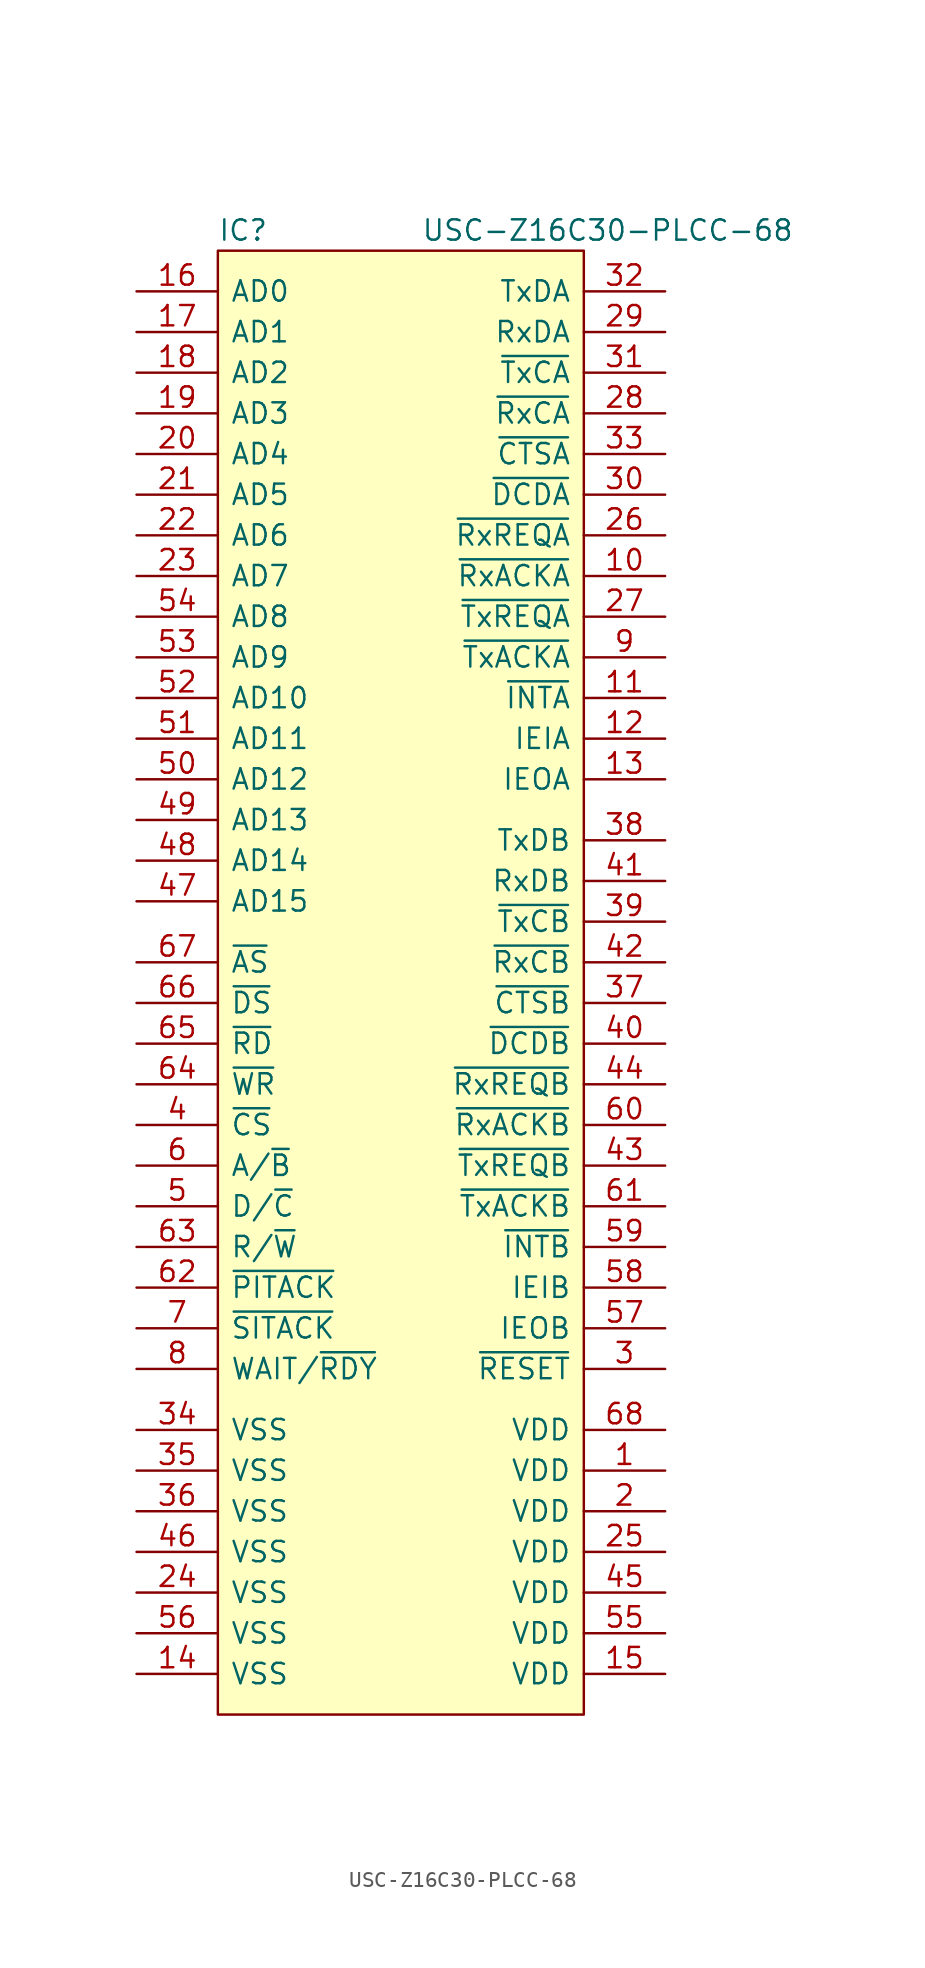
<source format=kicad_sym>
(kicad_symbol_lib
  (version 20211014)
  (generator kicad_symbol_editor)
  (symbol "USC-Z16C30-PLCC-68"
    (pin_names
      (offset 0.762))
    (property "Reference" "IC"
      (at 0 1.27 0)
      (effects (font (size 1.27 1.27)) (justify left)))
    (property "Value" "USC-Z16C30-PLCC-68"
      (at 12.7 1.27 0)
      (effects (font (size 1.27 1.27)) (justify left)))
    (symbol "USC-Z16C30-PLCC-68_0_0"
      (pin power_in line (at 27.94 -76.2 180) (length 5.08) (name "VDD" (effects (font (size 1.27 1.27)))) (number "1" (effects (font (size 1.27 1.27)))))
      (pin bidirectional line (at 27.94 -20.32 180) (length 5.08) (name "~{RxACKA}" (effects (font (size 1.27 1.27)))) (number "10" (effects (font (size 1.27 1.27)))))
      (pin output line (at 27.94 -27.94 180) (length 5.08) (name "~{INTA}" (effects (font (size 1.27 1.27)))) (number "11" (effects (font (size 1.27 1.27)))))
      (pin input line (at 27.94 -30.48 180) (length 5.08) (name "IEIA" (effects (font (size 1.27 1.27)))) (number "12" (effects (font (size 1.27 1.27)))))
      (pin output line (at 27.94 -33.02 180) (length 5.08) (name "IEOA" (effects (font (size 1.27 1.27)))) (number "13" (effects (font (size 1.27 1.27)))))
      (pin power_in line (at -5.08 -88.9 0) (length 5.08) (name "VSS" (effects (font (size 1.27 1.27)))) (number "14" (effects (font (size 1.27 1.27)))))
      (pin power_in line (at 27.94 -88.9 180) (length 5.08) (name "VDD" (effects (font (size 1.27 1.27)))) (number "15" (effects (font (size 1.27 1.27)))))
      (pin bidirectional line (at -5.08 -2.54 0) (length 5.08) (name "AD0" (effects (font (size 1.27 1.27)))) (number "16" (effects (font (size 1.27 1.27)))))
      (pin bidirectional line (at -5.08 -5.08 0) (length 5.08) (name "AD1" (effects (font (size 1.27 1.27)))) (number "17" (effects (font (size 1.27 1.27)))))
      (pin bidirectional line (at -5.08 -7.62 0) (length 5.08) (name "AD2" (effects (font (size 1.27 1.27)))) (number "18" (effects (font (size 1.27 1.27)))))
      (pin bidirectional line (at -5.08 -10.16 0) (length 5.08) (name "AD3" (effects (font (size 1.27 1.27)))) (number "19" (effects (font (size 1.27 1.27)))))
      (pin power_in line (at 27.94 -78.74 180) (length 5.08) (name "VDD" (effects (font (size 1.27 1.27)))) (number "2" (effects (font (size 1.27 1.27)))))
      (pin bidirectional line (at -5.08 -12.7 0) (length 5.08) (name "AD4" (effects (font (size 1.27 1.27)))) (number "20" (effects (font (size 1.27 1.27)))))
      (pin bidirectional line (at -5.08 -15.24 0) (length 5.08) (name "AD5" (effects (font (size 1.27 1.27)))) (number "21" (effects (font (size 1.27 1.27)))))
      (pin bidirectional line (at -5.08 -17.78 0) (length 5.08) (name "AD6" (effects (font (size 1.27 1.27)))) (number "22" (effects (font (size 1.27 1.27)))))
      (pin bidirectional line (at -5.08 -20.32 0) (length 5.08) (name "AD7" (effects (font (size 1.27 1.27)))) (number "23" (effects (font (size 1.27 1.27)))))
      (pin power_in line (at -5.08 -83.82 0) (length 5.08) (name "VSS" (effects (font (size 1.27 1.27)))) (number "24" (effects (font (size 1.27 1.27)))))
      (pin power_in line (at 27.94 -81.28 180) (length 5.08) (name "VDD" (effects (font (size 1.27 1.27)))) (number "25" (effects (font (size 1.27 1.27)))))
      (pin bidirectional line (at 27.94 -17.78 180) (length 5.08) (name "~{RxREQA}" (effects (font (size 1.27 1.27)))) (number "26" (effects (font (size 1.27 1.27)))))
      (pin bidirectional line (at 27.94 -22.86 180) (length 5.08) (name "~{TxREQA}" (effects (font (size 1.27 1.27)))) (number "27" (effects (font (size 1.27 1.27)))))
      (pin bidirectional line (at 27.94 -10.16 180) (length 5.08) (name "~{RxCA}" (effects (font (size 1.27 1.27)))) (number "28" (effects (font (size 1.27 1.27)))))
      (pin input line (at 27.94 -5.08 180) (length 5.08) (name "RxDA" (effects (font (size 1.27 1.27)))) (number "29" (effects (font (size 1.27 1.27)))))
      (pin input line (at 27.94 -69.85 180) (length 5.08) (name "~{RESET}" (effects (font (size 1.27 1.27)))) (number "3" (effects (font (size 1.27 1.27)))))
      (pin bidirectional line (at 27.94 -15.24 180) (length 5.08) (name "~{DCDA}" (effects (font (size 1.27 1.27)))) (number "30" (effects (font (size 1.27 1.27)))))
      (pin bidirectional line (at 27.94 -7.62 180) (length 5.08) (name "~{TxCA}" (effects (font (size 1.27 1.27)))) (number "31" (effects (font (size 1.27 1.27)))))
      (pin output line (at 27.94 -2.54 180) (length 5.08) (name "TxDA" (effects (font (size 1.27 1.27)))) (number "32" (effects (font (size 1.27 1.27)))))
      (pin bidirectional line (at 27.94 -12.7 180) (length 5.08) (name "~{CTSA}" (effects (font (size 1.27 1.27)))) (number "33" (effects (font (size 1.27 1.27)))))
      (pin power_in line (at -5.08 -73.66 0) (length 5.08) (name "VSS" (effects (font (size 1.27 1.27)))) (number "34" (effects (font (size 1.27 1.27)))))
      (pin power_in line (at -5.08 -76.2 0) (length 5.08) (name "VSS" (effects (font (size 1.27 1.27)))) (number "35" (effects (font (size 1.27 1.27)))))
      (pin power_in line (at -5.08 -78.74 0) (length 5.08) (name "VSS" (effects (font (size 1.27 1.27)))) (number "36" (effects (font (size 1.27 1.27)))))
      (pin bidirectional line (at 27.94 -46.99 180) (length 5.08) (name "~{CTSB}" (effects (font (size 1.27 1.27)))) (number "37" (effects (font (size 1.27 1.27)))))
      (pin output line (at 27.94 -36.83 180) (length 5.08) (name "TxDB" (effects (font (size 1.27 1.27)))) (number "38" (effects (font (size 1.27 1.27)))))
      (pin bidirectional line (at 27.94 -41.91 180) (length 5.08) (name "~{TxCB}" (effects (font (size 1.27 1.27)))) (number "39" (effects (font (size 1.27 1.27)))))
      (pin input line (at -5.08 -54.61 0) (length 5.08) (name "~{CS}" (effects (font (size 1.27 1.27)))) (number "4" (effects (font (size 1.27 1.27)))))
      (pin bidirectional line (at 27.94 -49.53 180) (length 5.08) (name "~{DCDB}" (effects (font (size 1.27 1.27)))) (number "40" (effects (font (size 1.27 1.27)))))
      (pin input line (at 27.94 -39.37 180) (length 5.08) (name "RxDB" (effects (font (size 1.27 1.27)))) (number "41" (effects (font (size 1.27 1.27)))))
      (pin bidirectional line (at 27.94 -44.45 180) (length 5.08) (name "~{RxCB}" (effects (font (size 1.27 1.27)))) (number "42" (effects (font (size 1.27 1.27)))))
      (pin bidirectional line (at 27.94 -57.15 180) (length 5.08) (name "~{TxREQB}" (effects (font (size 1.27 1.27)))) (number "43" (effects (font (size 1.27 1.27)))))
      (pin bidirectional line (at 27.94 -52.07 180) (length 5.08) (name "~{RxREQB}" (effects (font (size 1.27 1.27)))) (number "44" (effects (font (size 1.27 1.27)))))
      (pin power_in line (at 27.94 -83.82 180) (length 5.08) (name "VDD" (effects (font (size 1.27 1.27)))) (number "45" (effects (font (size 1.27 1.27)))))
      (pin power_in line (at -5.08 -81.28 0) (length 5.08) (name "VSS" (effects (font (size 1.27 1.27)))) (number "46" (effects (font (size 1.27 1.27)))))
      (pin bidirectional line (at -5.08 -40.64 0) (length 5.08) (name "AD15" (effects (font (size 1.27 1.27)))) (number "47" (effects (font (size 1.27 1.27)))))
      (pin bidirectional line (at -5.08 -38.1 0) (length 5.08) (name "AD14" (effects (font (size 1.27 1.27)))) (number "48" (effects (font (size 1.27 1.27)))))
      (pin bidirectional line (at -5.08 -35.56 0) (length 5.08) (name "AD13" (effects (font (size 1.27 1.27)))) (number "49" (effects (font (size 1.27 1.27)))))
      (pin input line (at -5.08 -59.69 0) (length 5.08) (name "D/~{C}" (effects (font (size 1.27 1.27)))) (number "5" (effects (font (size 1.27 1.27)))))
      (pin bidirectional line (at -5.08 -33.02 0) (length 5.08) (name "AD12" (effects (font (size 1.27 1.27)))) (number "50" (effects (font (size 1.27 1.27)))))
      (pin bidirectional line (at -5.08 -30.48 0) (length 5.08) (name "AD11" (effects (font (size 1.27 1.27)))) (number "51" (effects (font (size 1.27 1.27)))))
      (pin bidirectional line (at -5.08 -27.94 0) (length 5.08) (name "AD10" (effects (font (size 1.27 1.27)))) (number "52" (effects (font (size 1.27 1.27)))))
      (pin bidirectional line (at -5.08 -25.4 0) (length 5.08) (name "AD9" (effects (font (size 1.27 1.27)))) (number "53" (effects (font (size 1.27 1.27)))))
      (pin bidirectional line (at -5.08 -22.86 0) (length 5.08) (name "AD8" (effects (font (size 1.27 1.27)))) (number "54" (effects (font (size 1.27 1.27)))))
      (pin power_in line (at 27.94 -86.36 180) (length 5.08) (name "VDD" (effects (font (size 1.27 1.27)))) (number "55" (effects (font (size 1.27 1.27)))))
      (pin power_in line (at -5.08 -86.36 0) (length 5.08) (name "VSS" (effects (font (size 1.27 1.27)))) (number "56" (effects (font (size 1.27 1.27)))))
      (pin output line (at 27.94 -67.31 180) (length 5.08) (name "IEOB" (effects (font (size 1.27 1.27)))) (number "57" (effects (font (size 1.27 1.27)))))
      (pin input line (at 27.94 -64.77 180) (length 5.08) (name "IEIB" (effects (font (size 1.27 1.27)))) (number "58" (effects (font (size 1.27 1.27)))))
      (pin output line (at 27.94 -62.23 180) (length 5.08) (name "~{INTB}" (effects (font (size 1.27 1.27)))) (number "59" (effects (font (size 1.27 1.27)))))
      (pin input line (at -5.08 -57.15 0) (length 5.08) (name "A/~{B}" (effects (font (size 1.27 1.27)))) (number "6" (effects (font (size 1.27 1.27)))))
      (pin bidirectional line (at 27.94 -54.61 180) (length 5.08) (name "~{RxACKB}" (effects (font (size 1.27 1.27)))) (number "60" (effects (font (size 1.27 1.27)))))
      (pin bidirectional line (at 27.94 -59.69 180) (length 5.08) (name "~{TxACKB}" (effects (font (size 1.27 1.27)))) (number "61" (effects (font (size 1.27 1.27)))))
      (pin input line (at -5.08 -64.77 0) (length 5.08) (name "~{PITACK}" (effects (font (size 1.27 1.27)))) (number "62" (effects (font (size 1.27 1.27)))))
      (pin input line (at -5.08 -62.23 0) (length 5.08) (name "R/~{W}" (effects (font (size 1.27 1.27)))) (number "63" (effects (font (size 1.27 1.27)))))
      (pin input line (at -5.08 -52.07 0) (length 5.08) (name "~{WR}" (effects (font (size 1.27 1.27)))) (number "64" (effects (font (size 1.27 1.27)))))
      (pin input line (at -5.08 -49.53 0) (length 5.08) (name "~{RD}" (effects (font (size 1.27 1.27)))) (number "65" (effects (font (size 1.27 1.27)))))
      (pin input line (at -5.08 -46.99 0) (length 5.08) (name "~{DS}" (effects (font (size 1.27 1.27)))) (number "66" (effects (font (size 1.27 1.27)))))
      (pin input line (at -5.08 -44.45 0) (length 5.08) (name "~{AS}" (effects (font (size 1.27 1.27)))) (number "67" (effects (font (size 1.27 1.27)))))
      (pin power_in line (at 27.94 -73.66 180) (length 5.08) (name "VDD" (effects (font (size 1.27 1.27)))) (number "68" (effects (font (size 1.27 1.27)))))
      (pin input line (at -5.08 -67.31 0) (length 5.08) (name "~{SITACK}" (effects (font (size 1.27 1.27)))) (number "7" (effects (font (size 1.27 1.27)))))
      (pin output line (at -5.08 -69.85 0) (length 5.08) (name "WAIT/~{RDY}" (effects (font (size 1.27 1.27)))) (number "8" (effects (font (size 1.27 1.27)))))
      (pin bidirectional line (at 27.94 -25.4 180) (length 5.08) (name "~{TxACKA}" (effects (font (size 1.27 1.27)))) (number "9" (effects (font (size 1.27 1.27))))))
    (symbol "USC-Z16C30-PLCC-68_0_1"
      (rectangle (start 0 0) (end 22.86 -91.44) (stroke (width 0) (type default) (color 0 0 0 0)) (fill (type background))))))
</source>
